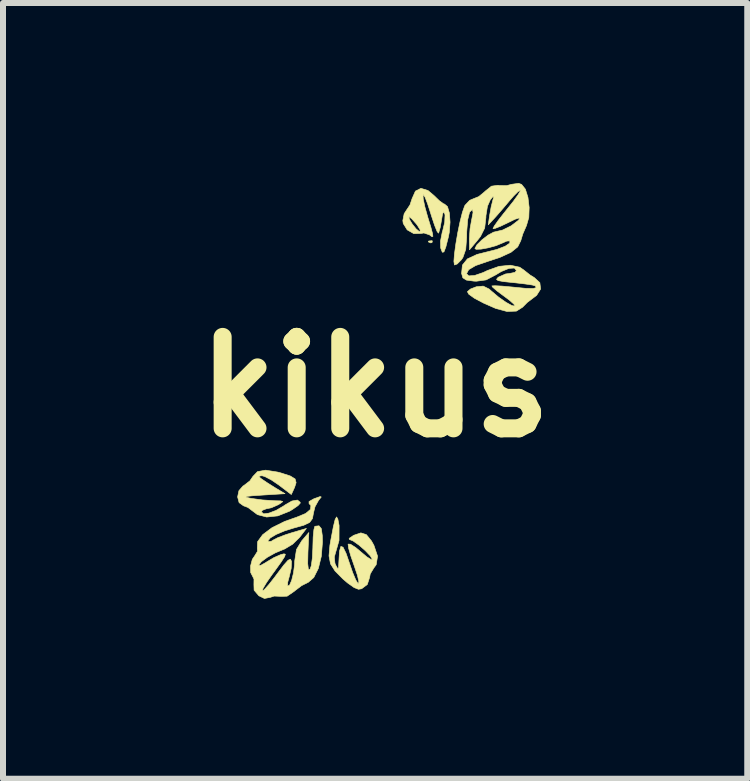
<source format=kicad_pcb>
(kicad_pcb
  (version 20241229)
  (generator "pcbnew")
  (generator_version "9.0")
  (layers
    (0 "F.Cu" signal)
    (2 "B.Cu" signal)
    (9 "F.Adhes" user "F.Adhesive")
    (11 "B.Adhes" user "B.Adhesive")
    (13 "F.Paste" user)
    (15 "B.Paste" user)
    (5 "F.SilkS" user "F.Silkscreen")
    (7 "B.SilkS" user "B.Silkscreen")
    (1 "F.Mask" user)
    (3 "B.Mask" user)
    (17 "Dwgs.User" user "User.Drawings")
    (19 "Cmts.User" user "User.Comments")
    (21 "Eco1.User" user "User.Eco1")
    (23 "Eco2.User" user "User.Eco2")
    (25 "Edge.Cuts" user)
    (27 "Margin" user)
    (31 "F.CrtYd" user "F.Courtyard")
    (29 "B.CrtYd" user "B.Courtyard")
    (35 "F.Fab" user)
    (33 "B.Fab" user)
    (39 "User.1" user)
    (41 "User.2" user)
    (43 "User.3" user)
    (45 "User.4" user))
  (footprint "kikus"
    (layer "F.Cu")
    (at 3.2 3.398)
    (property "Reference" "kikus" (at 0 0 0) (layer "F.SilkS") (effects (font (size 1.524 1.524) (thickness 0.3))))
    (attr through_hole)
    (fp_poly (pts (xy 0.954 -2.432) (xy 0.948 -2.405) (xy 0.924 -2.401) (xy 0.886 -2.418) (xy 0.893 -2.432) (xy 0.948 -2.438) (xy 0.954 -2.432)) (stroke (width 0.01) (type solid)) (fill yes) (layer "F.SilkS"))
    (fp_poly (pts (xy -1.623 1.418) (xy -1.57 1.432) (xy -1.413 1.483) (xy -1.333 1.532) (xy -1.316 1.594) (xy -1.342 1.674) (xy -1.396 1.792) (xy -1.602 1.635) (xy -1.73 1.548) (xy -1.838 1.492) (xy -1.885 1.479) (xy -1.938 1.486) (xy -1.914 1.515) (xy -1.885 1.537) (xy -1.794 1.598) (xy -1.672 1.675) (xy -1.654 1.686) (xy -1.501 1.778) (xy -1.87 1.801) (xy -2.046 1.813) (xy -2.138 1.823) (xy -2.153 1.835) (xy -2.102 1.849) (xy -2.055 1.858) (xy -1.878 1.882) (xy -1.697 1.894) (xy -1.686 1.895) (xy -1.571 1.898) (xy -1.538 1.91) (xy -1.578 1.94) (xy -1.616 1.963) (xy -1.73 2.013) (xy -1.813 2.03) (xy -1.881 2.056) (xy -1.893 2.083) (xy -1.858 2.114) (xy -1.769 2.102) (xy -1.649 2.056) (xy -1.523 1.982) (xy -1.501 1.966) (xy -1.386 1.9) (xy -1.294 1.884) (xy -1.249 1.92) (xy -1.247 1.935) (xy -1.284 1.976) (xy -1.376 2.04) (xy -1.426 2.07) (xy -1.621 2.148) (xy -1.807 2.167) (xy -1.96 2.127) (xy -2.019 2.083) (xy -2.118 2.008) (xy -2.194 1.979) (xy -2.266 1.927) (xy -2.291 1.832) (xy -2.269 1.728) (xy -2.201 1.65) (xy -2.185 1.641) (xy -2.086 1.564) (xy -2.036 1.491) (xy -1.959 1.41) (xy -1.824 1.386) (xy -1.623 1.418)) (stroke (width 0.01) (type solid)) (fill yes) (layer "F.SilkS"))
    (fp_poly (pts (xy -0.621 2.199) (xy -0.601 2.302) (xy -0.6 2.307) (xy -0.601 2.558) (xy -0.638 2.688) (xy -0.679 2.831) (xy -0.669 2.937) (xy -0.657 2.967) (xy -0.624 3.026) (xy -0.609 3.014) (xy -0.604 2.919) (xy -0.603 2.902) (xy -0.593 2.734) (xy -0.57 2.656) (xy -0.534 2.67) (xy -0.483 2.774) (xy -0.43 2.928) (xy -0.374 3.092) (xy -0.322 3.215) (xy -0.284 3.276) (xy -0.277 3.279) (xy -0.271 3.24) (xy -0.295 3.136) (xy -0.344 2.99) (xy -0.35 2.973) (xy -0.405 2.814) (xy -0.441 2.688) (xy -0.45 2.62) (xy -0.449 2.618) (xy -0.41 2.62) (xy -0.325 2.674) (xy -0.24 2.745) (xy -0.136 2.832) (xy -0.066 2.876) (xy -0.046 2.873) (xy -0.08 2.814) (xy -0.163 2.727) (xy -0.267 2.636) (xy -0.366 2.566) (xy -0.429 2.54) (xy -0.432 2.522) (xy -0.368 2.479) (xy -0.352 2.47) (xy -0.237 2.431) (xy -0.146 2.46) (xy -0.061 2.565) (xy -0.02 2.638) (xy 0.041 2.819) (xy 0.018 2.962) (xy -0.023 3.018) (xy -0.081 3.115) (xy -0.092 3.174) (xy -0.13 3.291) (xy -0.224 3.362) (xy -0.277 3.371) (xy -0.35 3.342) (xy -0.459 3.265) (xy -0.537 3.198) (xy -0.669 3.064) (xy -0.743 2.947) (xy -0.768 2.815) (xy -0.753 2.638) (xy -0.736 2.54) (xy -0.696 2.331) (xy -0.666 2.208) (xy -0.642 2.165) (xy -0.621 2.199)) (stroke (width 0.01) (type solid)) (fill yes) (layer "F.SilkS"))
    (fp_poly (pts (xy 0.881 -3.274) (xy 0.979 -3.192) (xy 1.071 -3.103) (xy 1.141 -3.052) (xy 1.156 -3.048) (xy 1.206 -3.006) (xy 1.238 -2.898) (xy 1.249 -2.746) (xy 1.236 -2.576) (xy 1.222 -2.503) (xy 1.179 -2.334) (xy 1.147 -2.25) (xy 1.12 -2.245) (xy 1.094 -2.312) (xy 1.093 -2.319) (xy 1.09 -2.432) (xy 1.118 -2.575) (xy 1.127 -2.605) (xy 1.16 -2.744) (xy 1.165 -2.862) (xy 1.162 -2.881) (xy 1.142 -2.921) (xy 1.123 -2.879) (xy 1.107 -2.783) (xy 1.085 -2.657) (xy 1.062 -2.576) (xy 1.055 -2.563) (xy 1.032 -2.593) (xy 0.992 -2.692) (xy 0.942 -2.842) (xy 0.925 -2.897) (xy 0.874 -3.055) (xy 0.832 -3.163) (xy 0.804 -3.205) (xy 0.799 -3.201) (xy 0.802 -3.132) (xy 0.829 -3.003) (xy 0.874 -2.842) (xy 0.875 -2.838) (xy 0.93 -2.659) (xy 0.958 -2.553) (xy 0.963 -2.507) (xy 0.944 -2.506) (xy 0.906 -2.535) (xy 0.813 -2.566) (xy 0.765 -2.558) (xy 0.645 -2.555) (xy 0.535 -2.618) (xy 0.469 -2.724) (xy 0.462 -2.773) (xy 0.475 -2.838) (xy 0.562 -2.838) (xy 0.571 -2.794) (xy 0.619 -2.715) (xy 0.682 -2.636) (xy 0.737 -2.589) (xy 0.748 -2.586) (xy 0.751 -2.617) (xy 0.705 -2.693) (xy 0.685 -2.719) (xy 0.612 -2.801) (xy 0.566 -2.838) (xy 0.562 -2.838) (xy 0.475 -2.838) (xy 0.484 -2.886) (xy 0.526 -2.951) (xy 0.581 -3.033) (xy 0.616 -3.138) (xy 0.672 -3.264) (xy 0.764 -3.31) (xy 0.881 -3.274)) (stroke (width 0.01) (type solid)) (fill yes) (layer "F.SilkS"))
    (fp_poly (pts (xy -0.897 1.833) (xy -0.939 1.885) (xy -0.941 1.887) (xy -1.002 1.997) (xy -1.026 2.096) (xy -1.044 2.193) (xy -1.091 2.257) (xy -1.189 2.304) (xy -1.355 2.35) (xy -1.509 2.398) (xy -1.647 2.456) (xy -1.746 2.515) (xy -1.785 2.563) (xy -1.781 2.576) (xy -1.731 2.572) (xy -1.698 2.551) (xy -1.623 2.512) (xy -1.492 2.462) (xy -1.392 2.43) (xy -1.144 2.357) (xy -1.258 2.506) (xy -1.373 2.619) (xy -1.506 2.699) (xy -1.525 2.706) (xy -1.663 2.764) (xy -1.796 2.838) (xy -1.896 2.912) (xy -1.939 2.968) (xy -1.94 2.97) (xy -1.907 2.973) (xy -1.828 2.929) (xy -1.813 2.919) (xy -1.688 2.844) (xy -1.576 2.795) (xy -1.519 2.78) (xy -1.495 2.787) (xy -1.508 2.828) (xy -1.565 2.916) (xy -1.669 3.061) (xy -1.721 3.132) (xy -1.81 3.26) (xy -1.867 3.356) (xy -1.88 3.4) (xy -1.845 3.376) (xy -1.77 3.292) (xy -1.67 3.165) (xy -1.633 3.115) (xy -1.522 2.968) (xy -1.451 2.888) (xy -1.412 2.869) (xy -1.394 2.902) (xy -1.393 2.908) (xy -1.398 3.022) (xy -1.428 3.151) (xy -1.456 3.254) (xy -1.458 3.314) (xy -1.456 3.316) (xy -1.425 3.302) (xy -1.39 3.222) (xy -1.36 3.1) (xy -1.342 2.963) (xy -1.339 2.895) (xy -1.31 2.708) (xy -1.222 2.563) (xy -1.104 2.425) (xy -1.119 2.759) (xy -1.123 2.941) (xy -1.112 3.035) (xy -1.088 3.046) (xy -1.087 3.045) (xy -1.063 2.978) (xy -1.045 2.846) (xy -1.037 2.677) (xy -1.037 2.665) (xy -1.032 2.501) (xy -1.02 2.378) (xy -1.004 2.322) (xy -1.002 2.321) (xy -0.935 2.313) (xy -0.896 2.36) (xy -0.88 2.475) (xy -0.877 2.585) (xy -0.896 2.821) (xy -0.946 3.024) (xy -1.022 3.175) (xy -1.115 3.256) (xy -1.124 3.259) (xy -1.226 3.311) (xy -1.339 3.397) (xy -1.346 3.404) (xy -1.466 3.486) (xy -1.564 3.489) (xy -1.682 3.484) (xy -1.746 3.505) (xy -1.844 3.524) (xy -1.937 3.479) (xy -2.016 3.386) (xy -2.019 3.295) (xy -2.018 3.201) (xy -2.038 3.16) (xy -2.073 3.092) (xy -2.075 2.982) (xy -2.046 2.872) (xy -2.007 2.815) (xy -1.959 2.737) (xy -1.962 2.688) (xy -1.958 2.578) (xy -1.873 2.461) (xy -1.718 2.345) (xy -1.504 2.239) (xy -1.3 2.167) (xy -1.156 2.107) (xy -1.076 2.039) (xy -1.07 1.974) (xy -1.1 1.945) (xy -1.101 1.909) (xy -1.024 1.865) (xy -1.009 1.859) (xy -0.916 1.826) (xy -0.897 1.833)) (stroke (width 0.01) (type solid)) (fill yes) (layer "F.SilkS"))
    (fp_poly (pts (xy 2.441 -3.375) (xy 2.504 -3.296) (xy 2.547 -3.158) (xy 2.567 -2.99) (xy 2.561 -2.825) (xy 2.523 -2.692) (xy 2.521 -2.687) (xy 2.461 -2.549) (xy 2.427 -2.437) (xy 2.376 -2.334) (xy 2.263 -2.243) (xy 2.077 -2.158) (xy 1.876 -2.092) (xy 1.675 -2.023) (xy 1.56 -1.955) (xy 1.524 -1.888) (xy 1.561 -1.851) (xy 1.659 -1.858) (xy 1.801 -1.907) (xy 1.87 -1.94) (xy 2.065 -2.01) (xy 2.253 -2.029) (xy 2.409 -1.996) (xy 2.475 -1.951) (xy 2.582 -1.866) (xy 2.652 -1.823) (xy 2.745 -1.738) (xy 2.758 -1.632) (xy 2.691 -1.526) (xy 2.647 -1.493) (xy 2.536 -1.409) (xy 2.457 -1.329) (xy 2.354 -1.264) (xy 2.198 -1.258) (xy 2.009 -1.309) (xy 1.809 -1.397) (xy 1.654 -1.479) (xy 1.56 -1.547) (xy 1.538 -1.588) (xy 1.589 -1.632) (xy 1.687 -1.67) (xy 1.801 -1.681) (xy 1.9 -1.632) (xy 1.938 -1.598) (xy 2.058 -1.497) (xy 2.179 -1.412) (xy 2.278 -1.357) (xy 2.332 -1.347) (xy 2.333 -1.348) (xy 2.31 -1.383) (xy 2.23 -1.453) (xy 2.142 -1.518) (xy 2.029 -1.602) (xy 1.959 -1.663) (xy 1.946 -1.684) (xy 1.997 -1.687) (xy 2.115 -1.681) (xy 2.278 -1.666) (xy 2.309 -1.663) (xy 2.513 -1.643) (xy 2.635 -1.641) (xy 2.684 -1.655) (xy 2.672 -1.684) (xy 2.619 -1.699) (xy 2.498 -1.717) (xy 2.334 -1.736) (xy 2.311 -1.738) (xy 2.141 -1.756) (xy 2.049 -1.773) (xy 2.023 -1.794) (xy 2.048 -1.825) (xy 2.057 -1.831) (xy 2.174 -1.883) (xy 2.249 -1.893) (xy 2.331 -1.91) (xy 2.355 -1.94) (xy 2.321 -1.982) (xy 2.23 -1.976) (xy 2.103 -1.924) (xy 2.01 -1.868) (xy 1.849 -1.784) (xy 1.686 -1.762) (xy 1.645 -1.764) (xy 1.521 -1.781) (xy 1.462 -1.819) (xy 1.441 -1.893) (xy 1.455 -2.031) (xy 1.538 -2.134) (xy 1.699 -2.209) (xy 1.846 -2.246) (xy 2.032 -2.293) (xy 2.169 -2.346) (xy 2.244 -2.397) (xy 2.245 -2.435) (xy 2.194 -2.431) (xy 2.117 -2.397) (xy 2.013 -2.354) (xy 1.886 -2.319) (xy 1.766 -2.297) (xy 1.683 -2.294) (xy 1.663 -2.307) (xy 1.697 -2.369) (xy 1.781 -2.452) (xy 1.884 -2.531) (xy 1.975 -2.58) (xy 2.002 -2.586) (xy 2.125 -2.615) (xy 2.267 -2.685) (xy 2.384 -2.774) (xy 2.4 -2.792) (xy 2.403 -2.817) (xy 2.332 -2.795) (xy 2.223 -2.742) (xy 2.092 -2.679) (xy 1.998 -2.642) (xy 1.965 -2.638) (xy 1.984 -2.679) (xy 2.05 -2.773) (xy 2.151 -2.903) (xy 2.194 -2.956) (xy 2.304 -3.094) (xy 2.383 -3.204) (xy 2.42 -3.267) (xy 2.42 -3.276) (xy 2.382 -3.256) (xy 2.307 -3.181) (xy 2.25 -3.116) (xy 2.137 -2.982) (xy 2.029 -2.857) (xy 1.994 -2.818) (xy 1.886 -2.702) (xy 1.909 -2.863) (xy 1.934 -3.002) (xy 1.962 -3.114) (xy 1.963 -3.117) (xy 1.981 -3.181) (xy 1.963 -3.171) (xy 1.92 -3.12) (xy 1.872 -3.011) (xy 1.847 -2.855) (xy 1.846 -2.82) (xy 1.826 -2.648) (xy 1.756 -2.508) (xy 1.709 -2.448) (xy 1.573 -2.286) (xy 1.571 -2.471) (xy 1.582 -2.636) (xy 1.61 -2.793) (xy 1.613 -2.806) (xy 1.632 -2.906) (xy 1.623 -2.955) (xy 1.619 -2.956) (xy 1.574 -2.912) (xy 1.543 -2.786) (xy 1.527 -2.59) (xy 1.525 -2.487) (xy 1.51 -2.291) (xy 1.463 -2.157) (xy 1.436 -2.118) (xy 1.367 -2.049) (xy 1.323 -2.033) (xy 1.322 -2.034) (xy 1.313 -2.094) (xy 1.323 -2.22) (xy 1.346 -2.388) (xy 1.378 -2.575) (xy 1.416 -2.757) (xy 1.455 -2.911) (xy 1.491 -3.013) (xy 1.499 -3.029) (xy 1.576 -3.11) (xy 1.647 -3.14) (xy 1.727 -3.172) (xy 1.822 -3.25) (xy 1.833 -3.261) (xy 1.939 -3.346) (xy 2.049 -3.361) (xy 2.069 -3.357) (xy 2.192 -3.355) (xy 2.274 -3.377) (xy 2.393 -3.393) (xy 2.441 -3.375)) (stroke (width 0.01) (type solid)) (fill yes) (layer "F.SilkS")))
  (gr_rect
    (start -3 -3)
    (end 9.401 9.926)
    (stroke (width 0.1) (type default))
    (fill no)
    (layer "Edge.Cuts")))
</source>
